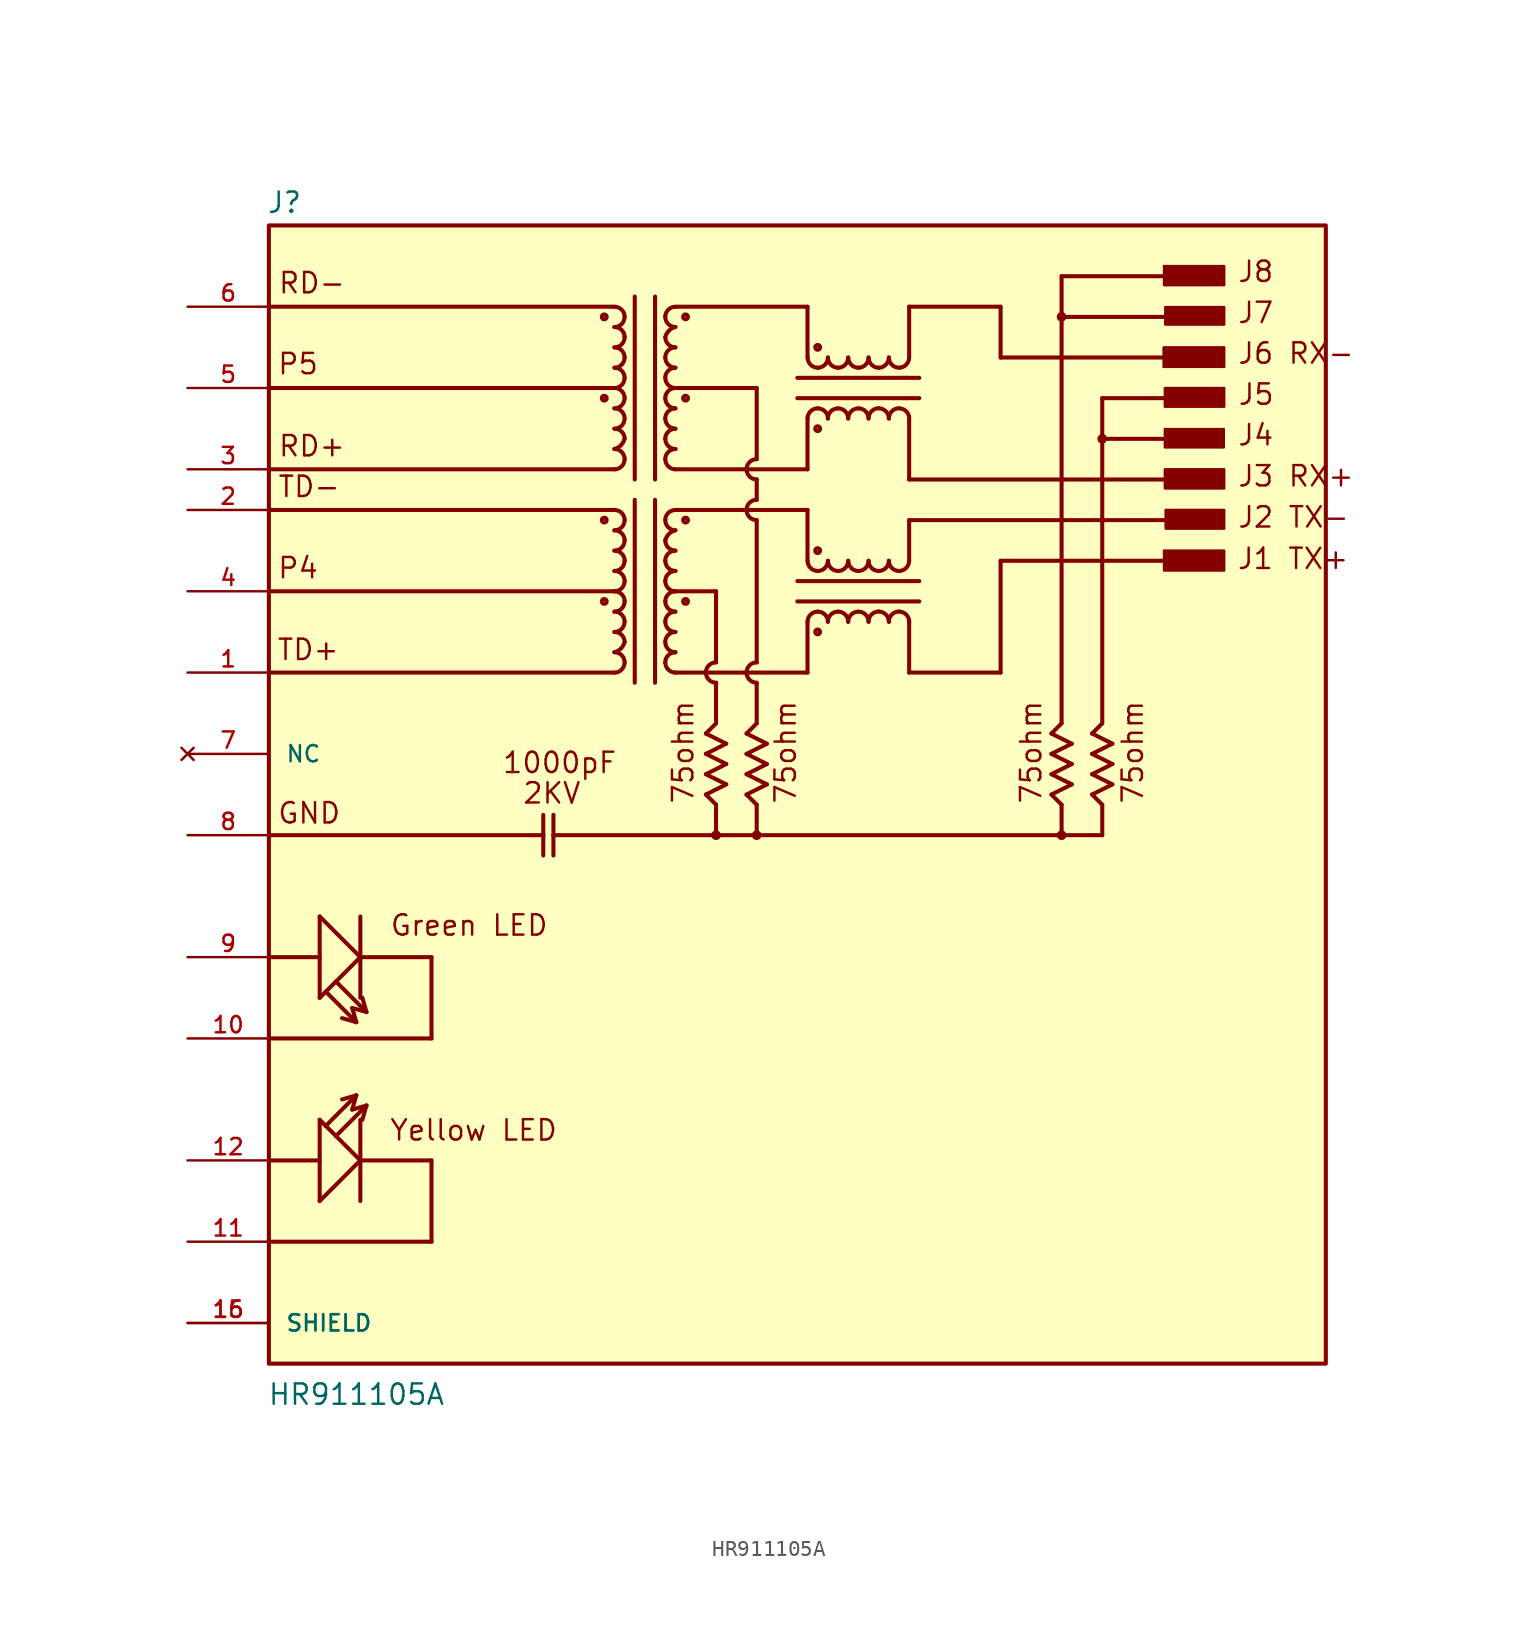
<source format=kicad_sym>
(kicad_symbol_lib
  (version 20211014)
  (generator kicad_symbol_editor)
  (symbol "HR911105A"
    (pin_names
      (offset 1.016))
    (property "Reference" "J"
      (at -33.172 36.246 0)
      (effects (font (size 1.27 1.27)) (justify left bottom)))
    (property "Value" "HR911105A"
      (at -33.122 -38.227 0)
      (effects (font (size 1.27 1.27)) (justify left bottom)))
    (property "ki_locked" ""
      (at 0 0 0)
      (effects (font (size 1.27 1.27))))
    (symbol "HR911105A_0_0"
      (rectangle (start -33.02 -35.56) (end 33.02 35.56) (stroke (width 0.254) (type default) (color 0 0 0 0)) (fill (type background)))
      (circle (center -12.065 12.065) (radius 0.152) (stroke (width 0.254) (type default) (color 0 0 0 0)) (fill (type none)))
      (circle (center -12.065 17.145) (radius 0.152) (stroke (width 0.254) (type default) (color 0 0 0 0)) (fill (type none)))
      (circle (center -12.065 24.765) (radius 0.152) (stroke (width 0.254) (type default) (color 0 0 0 0)) (fill (type none)))
      (circle (center -12.065 29.845) (radius 0.152) (stroke (width 0.254) (type default) (color 0 0 0 0)) (fill (type none)))
      (arc (start -11.43 7.62) (mid -10.981 7.806) (end -10.795 8.255) (stroke (width 0.254) (type default) (color 0 0 0 0)) (fill (type none)))
      (arc (start -11.43 8.89) (mid -11.0269 9.1219) (end -10.795 9.525) (stroke (width 0.254) (type default) (color 0 0 0 0)) (fill (type none)))
      (arc (start -11.43 10.16) (mid -10.981 10.346) (end -10.795 10.795) (stroke (width 0.254) (type default) (color 0 0 0 0)) (fill (type none)))
      (arc (start -11.43 11.43) (mid -10.981 11.616) (end -10.795 12.065) (stroke (width 0.254) (type default) (color 0 0 0 0)) (fill (type none)))
      (arc (start -11.43 12.7) (mid -10.981 12.886) (end -10.795 13.335) (stroke (width 0.254) (type default) (color 0 0 0 0)) (fill (type none)))
      (arc (start -11.43 13.97) (mid -10.981 14.156) (end -10.795 14.605) (stroke (width 0.254) (type default) (color 0 0 0 0)) (fill (type none)))
      (arc (start -11.43 15.24) (mid -10.981 15.426) (end -10.795 15.875) (stroke (width 0.254) (type default) (color 0 0 0 0)) (fill (type none)))
      (arc (start -11.43 16.51) (mid -10.981 16.696) (end -10.795 17.145) (stroke (width 0.254) (type default) (color 0 0 0 0)) (fill (type none)))
      (arc (start -11.43 20.32) (mid -10.981 20.506) (end -10.795 20.955) (stroke (width 0.254) (type default) (color 0 0 0 0)) (fill (type none)))
      (arc (start -11.43 21.59) (mid -11.0269 21.8219) (end -10.795 22.225) (stroke (width 0.254) (type default) (color 0 0 0 0)) (fill (type none)))
      (arc (start -11.43 22.86) (mid -10.981 23.046) (end -10.795 23.495) (stroke (width 0.254) (type default) (color 0 0 0 0)) (fill (type none)))
      (arc (start -11.43 24.13) (mid -10.981 24.316) (end -10.795 24.765) (stroke (width 0.254) (type default) (color 0 0 0 0)) (fill (type none)))
      (arc (start -11.43 25.4) (mid -10.981 25.586) (end -10.795 26.035) (stroke (width 0.254) (type default) (color 0 0 0 0)) (fill (type none)))
      (arc (start -11.43 26.67) (mid -10.981 26.856) (end -10.795 27.305) (stroke (width 0.254) (type default) (color 0 0 0 0)) (fill (type none)))
      (arc (start -11.43 27.94) (mid -10.981 28.126) (end -10.795 28.575) (stroke (width 0.254) (type default) (color 0 0 0 0)) (fill (type none)))
      (arc (start -11.43 29.21) (mid -10.981 29.396) (end -10.795 29.845) (stroke (width 0.254) (type default) (color 0 0 0 0)) (fill (type none)))
      (arc (start -10.795 8.255) (mid -10.981 8.704) (end -11.43 8.89) (stroke (width 0.254) (type default) (color 0 0 0 0)) (fill (type none)))
      (arc (start -10.795 9.525) (mid -10.981 9.974) (end -11.43 10.16) (stroke (width 0.254) (type default) (color 0 0 0 0)) (fill (type none)))
      (arc (start -10.795 10.795) (mid -10.981 11.244) (end -11.43 11.43) (stroke (width 0.254) (type default) (color 0 0 0 0)) (fill (type none)))
      (arc (start -10.795 12.065) (mid -10.981 12.514) (end -11.43 12.7) (stroke (width 0.254) (type default) (color 0 0 0 0)) (fill (type none)))
      (arc (start -10.795 13.335) (mid -10.981 13.784) (end -11.43 13.97) (stroke (width 0.254) (type default) (color 0 0 0 0)) (fill (type none)))
      (arc (start -10.795 14.605) (mid -10.981 15.054) (end -11.43 15.24) (stroke (width 0.254) (type default) (color 0 0 0 0)) (fill (type none)))
      (arc (start -10.795 15.875) (mid -10.981 16.324) (end -11.43 16.51) (stroke (width 0.254) (type default) (color 0 0 0 0)) (fill (type none)))
      (arc (start -10.795 17.145) (mid -10.981 17.594) (end -11.43 17.78) (stroke (width 0.254) (type default) (color 0 0 0 0)) (fill (type none)))
      (arc (start -10.795 20.955) (mid -10.981 21.404) (end -11.43 21.59) (stroke (width 0.254) (type default) (color 0 0 0 0)) (fill (type none)))
      (arc (start -10.795 22.225) (mid -10.981 22.674) (end -11.43 22.86) (stroke (width 0.254) (type default) (color 0 0 0 0)) (fill (type none)))
      (arc (start -10.795 23.495) (mid -10.981 23.944) (end -11.43 24.13) (stroke (width 0.254) (type default) (color 0 0 0 0)) (fill (type none)))
      (arc (start -10.795 24.765) (mid -10.981 25.214) (end -11.43 25.4) (stroke (width 0.254) (type default) (color 0 0 0 0)) (fill (type none)))
      (arc (start -10.795 26.035) (mid -10.981 26.484) (end -11.43 26.67) (stroke (width 0.254) (type default) (color 0 0 0 0)) (fill (type none)))
      (arc (start -10.795 27.305) (mid -10.981 27.754) (end -11.43 27.94) (stroke (width 0.254) (type default) (color 0 0 0 0)) (fill (type none)))
      (arc (start -10.795 28.575) (mid -10.981 29.024) (end -11.43 29.21) (stroke (width 0.254) (type default) (color 0 0 0 0)) (fill (type none)))
      (arc (start -10.795 29.845) (mid -10.981 30.294) (end -11.43 30.48) (stroke (width 0.254) (type default) (color 0 0 0 0)) (fill (type none)))
      (arc (start -8.255 8.255) (mid -8.069 7.806) (end -7.62 7.62) (stroke (width 0.254) (type default) (color 0 0 0 0)) (fill (type none)))
      (arc (start -8.255 9.525) (mid -8.069 9.076) (end -7.62 8.89) (stroke (width 0.254) (type default) (color 0 0 0 0)) (fill (type none)))
      (arc (start -8.255 10.795) (mid -8.069 10.346) (end -7.62 10.16) (stroke (width 0.254) (type default) (color 0 0 0 0)) (fill (type none)))
      (arc (start -8.255 12.065) (mid -8.069 11.616) (end -7.62 11.43) (stroke (width 0.254) (type default) (color 0 0 0 0)) (fill (type none)))
      (arc (start -8.255 13.335) (mid -8.069 12.886) (end -7.62 12.7) (stroke (width 0.254) (type default) (color 0 0 0 0)) (fill (type none)))
      (arc (start -8.255 14.605) (mid -8.069 14.156) (end -7.62 13.97) (stroke (width 0.254) (type default) (color 0 0 0 0)) (fill (type none)))
      (arc (start -8.255 15.875) (mid -8.069 15.426) (end -7.62 15.24) (stroke (width 0.254) (type default) (color 0 0 0 0)) (fill (type none)))
      (arc (start -8.255 17.145) (mid -8.069 16.696) (end -7.62 16.51) (stroke (width 0.254) (type default) (color 0 0 0 0)) (fill (type none)))
      (arc (start -8.255 20.955) (mid -8.069 20.506) (end -7.62 20.32) (stroke (width 0.254) (type default) (color 0 0 0 0)) (fill (type none)))
      (arc (start -8.255 22.225) (mid -8.069 21.776) (end -7.62 21.59) (stroke (width 0.254) (type default) (color 0 0 0 0)) (fill (type none)))
      (arc (start -8.255 23.495) (mid -8.069 23.046) (end -7.62 22.86) (stroke (width 0.254) (type default) (color 0 0 0 0)) (fill (type none)))
      (arc (start -8.255 24.765) (mid -8.069 24.316) (end -7.62 24.13) (stroke (width 0.254) (type default) (color 0 0 0 0)) (fill (type none)))
      (arc (start -8.255 26.035) (mid -8.069 25.586) (end -7.62 25.4) (stroke (width 0.254) (type default) (color 0 0 0 0)) (fill (type none)))
      (arc (start -8.255 27.305) (mid -8.069 26.856) (end -7.62 26.67) (stroke (width 0.254) (type default) (color 0 0 0 0)) (fill (type none)))
      (arc (start -8.255 28.575) (mid -8.069 28.126) (end -7.62 27.94) (stroke (width 0.254) (type default) (color 0 0 0 0)) (fill (type none)))
      (arc (start -8.255 29.845) (mid -8.069 29.396) (end -7.62 29.21) (stroke (width 0.254) (type default) (color 0 0 0 0)) (fill (type none)))
      (arc (start -7.62 8.89) (mid -8.069 8.704) (end -8.255 8.255) (stroke (width 0.254) (type default) (color 0 0 0 0)) (fill (type none)))
      (arc (start -7.62 10.16) (mid -8.069 9.974) (end -8.255 9.525) (stroke (width 0.254) (type default) (color 0 0 0 0)) (fill (type none)))
      (arc (start -7.62 11.43) (mid -8.069 11.244) (end -8.255 10.795) (stroke (width 0.254) (type default) (color 0 0 0 0)) (fill (type none)))
      (arc (start -7.62 12.7) (mid -8.069 12.514) (end -8.255 12.065) (stroke (width 0.254) (type default) (color 0 0 0 0)) (fill (type none)))
      (arc (start -7.62 13.97) (mid -8.069 13.784) (end -8.255 13.335) (stroke (width 0.254) (type default) (color 0 0 0 0)) (fill (type none)))
      (arc (start -7.62 15.24) (mid -8.069 15.054) (end -8.255 14.605) (stroke (width 0.254) (type default) (color 0 0 0 0)) (fill (type none)))
      (arc (start -7.62 16.51) (mid -8.0231 16.2781) (end -8.255 15.875) (stroke (width 0.254) (type default) (color 0 0 0 0)) (fill (type none)))
      (arc (start -7.62 17.78) (mid -8.069 17.594) (end -8.255 17.145) (stroke (width 0.254) (type default) (color 0 0 0 0)) (fill (type none)))
      (arc (start -7.62 21.59) (mid -8.069 21.404) (end -8.255 20.955) (stroke (width 0.254) (type default) (color 0 0 0 0)) (fill (type none)))
      (arc (start -7.62 22.86) (mid -8.069 22.674) (end -8.255 22.225) (stroke (width 0.254) (type default) (color 0 0 0 0)) (fill (type none)))
      (arc (start -7.62 24.13) (mid -8.069 23.944) (end -8.255 23.495) (stroke (width 0.254) (type default) (color 0 0 0 0)) (fill (type none)))
      (arc (start -7.62 25.4) (mid -8.069 25.214) (end -8.255 24.765) (stroke (width 0.254) (type default) (color 0 0 0 0)) (fill (type none)))
      (arc (start -7.62 26.67) (mid -8.069 26.484) (end -8.255 26.035) (stroke (width 0.254) (type default) (color 0 0 0 0)) (fill (type none)))
      (arc (start -7.62 27.94) (mid -8.069 27.754) (end -8.255 27.305) (stroke (width 0.254) (type default) (color 0 0 0 0)) (fill (type none)))
      (arc (start -7.62 29.21) (mid -8.0231 28.9781) (end -8.255 28.575) (stroke (width 0.254) (type default) (color 0 0 0 0)) (fill (type none)))
      (arc (start -7.62 30.48) (mid -8.069 30.294) (end -8.255 29.845) (stroke (width 0.254) (type default) (color 0 0 0 0)) (fill (type none)))
      (circle (center -6.985 12.065) (radius 0.152) (stroke (width 0.254) (type default) (color 0 0 0 0)) (fill (type none)))
      (circle (center -6.985 17.145) (radius 0.152) (stroke (width 0.254) (type default) (color 0 0 0 0)) (fill (type none)))
      (circle (center -6.985 24.765) (radius 0.152) (stroke (width 0.254) (type default) (color 0 0 0 0)) (fill (type none)))
      (circle (center -6.985 29.845) (radius 0.152) (stroke (width 0.254) (type default) (color 0 0 0 0)) (fill (type none)))
      (arc (start -5.715 7.62) (mid -5.529 7.171) (end -5.08 6.985) (stroke (width 0.254) (type default) (color 0 0 0 0)) (fill (type none)))
      (circle (center -5.08 -2.54) (radius 0.178) (stroke (width 0.254) (type default) (color 0 0 0 0)) (fill (type none)))
      (arc (start -5.08 8.255) (mid -5.529 8.069) (end -5.715 7.62) (stroke (width 0.254) (type default) (color 0 0 0 0)) (fill (type none)))
      (arc (start -3.175 7.62) (mid -2.989 7.171) (end -2.54 6.985) (stroke (width 0.254) (type default) (color 0 0 0 0)) (fill (type none)))
      (arc (start -3.175 17.78) (mid -2.989 17.331) (end -2.54 17.145) (stroke (width 0.254) (type default) (color 0 0 0 0)) (fill (type none)))
      (arc (start -3.175 20.32) (mid -2.989 19.871) (end -2.54 19.685) (stroke (width 0.254) (type default) (color 0 0 0 0)) (fill (type none)))
      (circle (center -2.54 -2.54) (radius 0.178) (stroke (width 0.254) (type default) (color 0 0 0 0)) (fill (type none)))
      (arc (start -2.54 8.255) (mid -2.989 8.069) (end -3.175 7.62) (stroke (width 0.254) (type default) (color 0 0 0 0)) (fill (type none)))
      (arc (start -2.54 18.415) (mid -2.989 18.229) (end -3.175 17.78) (stroke (width 0.254) (type default) (color 0 0 0 0)) (fill (type none)))
      (arc (start -2.54 20.955) (mid -2.989 20.769) (end -3.175 20.32) (stroke (width 0.254) (type default) (color 0 0 0 0)) (fill (type none)))
      (polyline (pts (xy -33.02 -27.94) (xy -22.86 -27.94)) (stroke (width 0.254) (type default) (color 0 0 0 0)) (fill (type none)))
      (polyline (pts (xy -33.02 -15.24) (xy -22.86 -15.24)) (stroke (width 0.254) (type default) (color 0 0 0 0)) (fill (type none)))
      (polyline (pts (xy -33.02 12.7) (xy -11.43 12.7)) (stroke (width 0.254) (type default) (color 0 0 0 0)) (fill (type none)))
      (polyline (pts (xy -33.02 20.32) (xy -11.43 20.32)) (stroke (width 0.254) (type default) (color 0 0 0 0)) (fill (type none)))
      (polyline (pts (xy -29.845 -25.4) (xy -27.305 -22.86)) (stroke (width 0.254) (type default) (color 0 0 0 0)) (fill (type none)))
      (polyline (pts (xy -29.845 -22.86) (xy -33.02 -22.86)) (stroke (width 0.254) (type default) (color 0 0 0 0)) (fill (type none)))
      (polyline (pts (xy -29.845 -22.86) (xy -29.845 -25.4)) (stroke (width 0.254) (type default) (color 0 0 0 0)) (fill (type none)))
      (polyline (pts (xy -29.845 -20.32) (xy -29.845 -22.86)) (stroke (width 0.254) (type default) (color 0 0 0 0)) (fill (type none)))
      (polyline (pts (xy -29.845 -12.7) (xy -29.845 -10.16)) (stroke (width 0.254) (type default) (color 0 0 0 0)) (fill (type none)))
      (polyline (pts (xy -29.845 -10.16) (xy -33.02 -10.16)) (stroke (width 0.254) (type default) (color 0 0 0 0)) (fill (type none)))
      (polyline (pts (xy -29.845 -10.16) (xy -29.845 -7.62)) (stroke (width 0.254) (type default) (color 0 0 0 0)) (fill (type none)))
      (polyline (pts (xy -29.845 -7.62) (xy -27.305 -10.16)) (stroke (width 0.254) (type default) (color 0 0 0 0)) (fill (type none)))
      (polyline (pts (xy -29.464 -20.701) (xy -29.845 -20.32)) (stroke (width 0.254) (type default) (color 0 0 0 0)) (fill (type none)))
      (polyline (pts (xy -29.464 -20.701) (xy -27.559 -18.796)) (stroke (width 0.254) (type default) (color 0 0 0 0)) (fill (type none)))
      (polyline (pts (xy -29.464 -12.319) (xy -29.845 -12.7)) (stroke (width 0.254) (type default) (color 0 0 0 0)) (fill (type none)))
      (polyline (pts (xy -29.464 -12.319) (xy -27.559 -14.224)) (stroke (width 0.254) (type default) (color 0 0 0 0)) (fill (type none)))
      (polyline (pts (xy -28.829 -21.336) (xy -29.464 -20.701)) (stroke (width 0.254) (type default) (color 0 0 0 0)) (fill (type none)))
      (polyline (pts (xy -28.829 -21.336) (xy -26.924 -19.431)) (stroke (width 0.254) (type default) (color 0 0 0 0)) (fill (type none)))
      (polyline (pts (xy -28.829 -11.684) (xy -29.464 -12.319)) (stroke (width 0.254) (type default) (color 0 0 0 0)) (fill (type none)))
      (polyline (pts (xy -28.829 -11.684) (xy -26.924 -13.589)) (stroke (width 0.254) (type default) (color 0 0 0 0)) (fill (type none)))
      (polyline (pts (xy -27.559 -18.796) (xy -28.448 -19.05)) (stroke (width 0.254) (type default) (color 0 0 0 0)) (fill (type none)))
      (polyline (pts (xy -27.559 -18.796) (xy -27.813 -19.685)) (stroke (width 0.254) (type default) (color 0 0 0 0)) (fill (type none)))
      (polyline (pts (xy -27.559 -14.224) (xy -28.448 -13.97)) (stroke (width 0.254) (type default) (color 0 0 0 0)) (fill (type none)))
      (polyline (pts (xy -27.559 -14.224) (xy -27.813 -13.335)) (stroke (width 0.254) (type default) (color 0 0 0 0)) (fill (type none)))
      (polyline (pts (xy -27.305 -22.86) (xy -28.829 -21.336)) (stroke (width 0.254) (type default) (color 0 0 0 0)) (fill (type none)))
      (polyline (pts (xy -27.305 -22.86) (xy -27.305 -25.4)) (stroke (width 0.254) (type default) (color 0 0 0 0)) (fill (type none)))
      (polyline (pts (xy -27.305 -22.86) (xy -22.86 -22.86)) (stroke (width 0.254) (type default) (color 0 0 0 0)) (fill (type none)))
      (polyline (pts (xy -27.305 -20.32) (xy -27.305 -22.86)) (stroke (width 0.254) (type default) (color 0 0 0 0)) (fill (type none)))
      (polyline (pts (xy -27.305 -12.7) (xy -27.305 -10.16)) (stroke (width 0.254) (type default) (color 0 0 0 0)) (fill (type none)))
      (polyline (pts (xy -27.305 -10.16) (xy -28.829 -11.684)) (stroke (width 0.254) (type default) (color 0 0 0 0)) (fill (type none)))
      (polyline (pts (xy -27.305 -10.16) (xy -27.305 -7.62)) (stroke (width 0.254) (type default) (color 0 0 0 0)) (fill (type none)))
      (polyline (pts (xy -27.305 -10.16) (xy -22.86 -10.16)) (stroke (width 0.254) (type default) (color 0 0 0 0)) (fill (type none)))
      (polyline (pts (xy -26.924 -19.431) (xy -27.813 -19.685)) (stroke (width 0.254) (type default) (color 0 0 0 0)) (fill (type none)))
      (polyline (pts (xy -26.924 -19.431) (xy -27.178 -20.32)) (stroke (width 0.254) (type default) (color 0 0 0 0)) (fill (type none)))
      (polyline (pts (xy -26.924 -13.589) (xy -27.813 -13.335)) (stroke (width 0.254) (type default) (color 0 0 0 0)) (fill (type none)))
      (polyline (pts (xy -26.924 -13.589) (xy -27.178 -12.7)) (stroke (width 0.254) (type default) (color 0 0 0 0)) (fill (type none)))
      (polyline (pts (xy -22.86 -27.94) (xy -22.86 -22.86)) (stroke (width 0.254) (type default) (color 0 0 0 0)) (fill (type none)))
      (polyline (pts (xy -22.86 -15.24) (xy -22.86 -10.16)) (stroke (width 0.254) (type default) (color 0 0 0 0)) (fill (type none)))
      (polyline (pts (xy -15.875 -2.54) (xy -33.02 -2.54)) (stroke (width 0.254) (type default) (color 0 0 0 0)) (fill (type none)))
      (polyline (pts (xy -15.875 -2.54) (xy -15.875 -3.81)) (stroke (width 0.254) (type default) (color 0 0 0 0)) (fill (type none)))
      (polyline (pts (xy -15.875 -1.27) (xy -15.875 -2.54)) (stroke (width 0.254) (type default) (color 0 0 0 0)) (fill (type none)))
      (polyline (pts (xy -15.24 -2.54) (xy -15.24 -3.81)) (stroke (width 0.254) (type default) (color 0 0 0 0)) (fill (type none)))
      (polyline (pts (xy -15.24 -2.54) (xy -15.24 -1.27)) (stroke (width 0.254) (type default) (color 0 0 0 0)) (fill (type none)))
      (polyline (pts (xy -11.43 7.62) (xy -33.02 7.62)) (stroke (width 0.254) (type default) (color 0 0 0 0)) (fill (type none)))
      (polyline (pts (xy -11.43 17.78) (xy -33.02 17.78)) (stroke (width 0.254) (type default) (color 0 0 0 0)) (fill (type none)))
      (polyline (pts (xy -11.43 25.4) (xy -33.02 25.4)) (stroke (width 0.254) (type default) (color 0 0 0 0)) (fill (type none)))
      (polyline (pts (xy -11.43 30.48) (xy -33.02 30.48)) (stroke (width 0.254) (type default) (color 0 0 0 0)) (fill (type none)))
      (polyline (pts (xy -10.16 18.415) (xy -10.16 6.985)) (stroke (width 0.254) (type default) (color 0 0 0 0)) (fill (type none)))
      (polyline (pts (xy -10.16 31.115) (xy -10.16 19.685)) (stroke (width 0.254) (type default) (color 0 0 0 0)) (fill (type none)))
      (polyline (pts (xy -8.89 18.415) (xy -8.89 6.985)) (stroke (width 0.254) (type default) (color 0 0 0 0)) (fill (type none)))
      (polyline (pts (xy -8.89 31.115) (xy -8.89 19.685)) (stroke (width 0.254) (type default) (color 0 0 0 0)) (fill (type none)))
      (polyline (pts (xy -7.62 7.62) (xy -5.715 7.62)) (stroke (width 0.254) (type default) (color 0 0 0 0)) (fill (type none)))
      (polyline (pts (xy -7.62 20.32) (xy -3.175 20.32)) (stroke (width 0.254) (type default) (color 0 0 0 0)) (fill (type none)))
      (polyline (pts (xy -7.62 25.4) (xy -2.54 25.4)) (stroke (width 0.254) (type default) (color 0 0 0 0)) (fill (type none)))
      (polyline (pts (xy -5.715 0) (xy -5.08 -0.635)) (stroke (width 0.254) (type default) (color 0 0 0 0)) (fill (type none)))
      (polyline (pts (xy -5.715 1.27) (xy -4.445 0.635)) (stroke (width 0.254) (type default) (color 0 0 0 0)) (fill (type none)))
      (polyline (pts (xy -5.715 2.54) (xy -4.445 1.905)) (stroke (width 0.254) (type default) (color 0 0 0 0)) (fill (type none)))
      (polyline (pts (xy -5.715 3.81) (xy -4.445 3.175)) (stroke (width 0.254) (type default) (color 0 0 0 0)) (fill (type none)))
      (polyline (pts (xy -5.715 7.62) (xy -3.175 7.62)) (stroke (width 0.254) (type default) (color 0 0 0 0)) (fill (type none)))
      (polyline (pts (xy -5.08 -2.54) (xy -15.24 -2.54)) (stroke (width 0.254) (type default) (color 0 0 0 0)) (fill (type none)))
      (polyline (pts (xy -5.08 -0.635) (xy -5.08 -2.54)) (stroke (width 0.254) (type default) (color 0 0 0 0)) (fill (type none)))
      (polyline (pts (xy -5.08 4.445) (xy -5.715 3.81)) (stroke (width 0.254) (type default) (color 0 0 0 0)) (fill (type none)))
      (polyline (pts (xy -5.08 6.985) (xy -5.08 4.445)) (stroke (width 0.254) (type default) (color 0 0 0 0)) (fill (type none)))
      (polyline (pts (xy -5.08 8.255) (xy -5.08 12.7)) (stroke (width 0.254) (type default) (color 0 0 0 0)) (fill (type none)))
      (polyline (pts (xy -5.08 12.7) (xy -7.62 12.7)) (stroke (width 0.254) (type default) (color 0 0 0 0)) (fill (type none)))
      (polyline (pts (xy -4.445 0.635) (xy -5.715 0)) (stroke (width 0.254) (type default) (color 0 0 0 0)) (fill (type none)))
      (polyline (pts (xy -4.445 1.905) (xy -5.715 1.27)) (stroke (width 0.254) (type default) (color 0 0 0 0)) (fill (type none)))
      (polyline (pts (xy -4.445 3.175) (xy -5.715 2.54)) (stroke (width 0.254) (type default) (color 0 0 0 0)) (fill (type none)))
      (polyline (pts (xy -3.175 0) (xy -2.54 -0.635)) (stroke (width 0.254) (type default) (color 0 0 0 0)) (fill (type none)))
      (polyline (pts (xy -3.175 1.27) (xy -1.905 0.635)) (stroke (width 0.254) (type default) (color 0 0 0 0)) (fill (type none)))
      (polyline (pts (xy -3.175 2.54) (xy -1.905 1.905)) (stroke (width 0.254) (type default) (color 0 0 0 0)) (fill (type none)))
      (polyline (pts (xy -3.175 3.81) (xy -1.905 3.175)) (stroke (width 0.254) (type default) (color 0 0 0 0)) (fill (type none)))
      (polyline (pts (xy -3.175 7.62) (xy 0.635 7.62)) (stroke (width 0.254) (type default) (color 0 0 0 0)) (fill (type none)))
      (polyline (pts (xy -3.175 17.78) (xy -7.62 17.78)) (stroke (width 0.254) (type default) (color 0 0 0 0)) (fill (type none)))
      (polyline (pts (xy -3.175 20.32) (xy 0.635 20.32)) (stroke (width 0.254) (type default) (color 0 0 0 0)) (fill (type none)))
      (polyline (pts (xy -2.54 -0.635) (xy -2.54 -2.54)) (stroke (width 0.254) (type default) (color 0 0 0 0)) (fill (type none)))
      (polyline (pts (xy -2.54 4.445) (xy -3.175 3.81)) (stroke (width 0.254) (type default) (color 0 0 0 0)) (fill (type none)))
      (polyline (pts (xy -2.54 6.985) (xy -2.54 4.445)) (stroke (width 0.254) (type default) (color 0 0 0 0)) (fill (type none)))
      (polyline (pts (xy -2.54 17.145) (xy -2.54 8.255)) (stroke (width 0.254) (type default) (color 0 0 0 0)) (fill (type none)))
      (polyline (pts (xy -2.54 19.685) (xy -2.54 18.415)) (stroke (width 0.254) (type default) (color 0 0 0 0)) (fill (type none)))
      (polyline (pts (xy -2.54 25.4) (xy -2.54 20.955)) (stroke (width 0.254) (type default) (color 0 0 0 0)) (fill (type none)))
      (polyline (pts (xy -1.905 0.635) (xy -3.175 0)) (stroke (width 0.254) (type default) (color 0 0 0 0)) (fill (type none)))
      (polyline (pts (xy -1.905 1.905) (xy -3.175 1.27)) (stroke (width 0.254) (type default) (color 0 0 0 0)) (fill (type none)))
      (polyline (pts (xy -1.905 3.175) (xy -3.175 2.54)) (stroke (width 0.254) (type default) (color 0 0 0 0)) (fill (type none)))
      (polyline (pts (xy 0 12.065) (xy 7.62 12.065)) (stroke (width 0.254) (type default) (color 0 0 0 0)) (fill (type none)))
      (polyline (pts (xy 0 13.335) (xy 7.62 13.335)) (stroke (width 0.254) (type default) (color 0 0 0 0)) (fill (type none)))
      (polyline (pts (xy 0 24.765) (xy 7.62 24.765)) (stroke (width 0.254) (type default) (color 0 0 0 0)) (fill (type none)))
      (polyline (pts (xy 0 26.035) (xy 7.62 26.035)) (stroke (width 0.254) (type default) (color 0 0 0 0)) (fill (type none)))
      (polyline (pts (xy 0.635 7.62) (xy 0.635 10.795)) (stroke (width 0.254) (type default) (color 0 0 0 0)) (fill (type none)))
      (polyline (pts (xy 0.635 14.605) (xy 0.635 17.78)) (stroke (width 0.254) (type default) (color 0 0 0 0)) (fill (type none)))
      (polyline (pts (xy 0.635 17.78) (xy -3.175 17.78)) (stroke (width 0.254) (type default) (color 0 0 0 0)) (fill (type none)))
      (polyline (pts (xy 0.635 20.32) (xy 0.635 23.495)) (stroke (width 0.254) (type default) (color 0 0 0 0)) (fill (type none)))
      (polyline (pts (xy 0.635 27.305) (xy 0.635 30.48)) (stroke (width 0.254) (type default) (color 0 0 0 0)) (fill (type none)))
      (polyline (pts (xy 0.635 30.48) (xy -7.62 30.48)) (stroke (width 0.254) (type default) (color 0 0 0 0)) (fill (type none)))
      (polyline (pts (xy 6.985 10.795) (xy 6.985 7.62)) (stroke (width 0.254) (type default) (color 0 0 0 0)) (fill (type none)))
      (polyline (pts (xy 6.985 17.145) (xy 6.985 14.605)) (stroke (width 0.254) (type default) (color 0 0 0 0)) (fill (type none)))
      (polyline (pts (xy 6.985 23.495) (xy 6.985 19.685)) (stroke (width 0.254) (type default) (color 0 0 0 0)) (fill (type none)))
      (polyline (pts (xy 6.985 30.48) (xy 6.985 27.305)) (stroke (width 0.254) (type default) (color 0 0 0 0)) (fill (type none)))
      (polyline (pts (xy 12.7 7.62) (xy 6.985 7.62)) (stroke (width 0.254) (type default) (color 0 0 0 0)) (fill (type none)))
      (polyline (pts (xy 12.7 14.605) (xy 12.7 7.62)) (stroke (width 0.254) (type default) (color 0 0 0 0)) (fill (type none)))
      (polyline (pts (xy 12.7 27.305) (xy 12.7 30.48)) (stroke (width 0.254) (type default) (color 0 0 0 0)) (fill (type none)))
      (polyline (pts (xy 12.7 30.48) (xy 6.985 30.48)) (stroke (width 0.254) (type default) (color 0 0 0 0)) (fill (type none)))
      (polyline (pts (xy 15.875 0) (xy 16.51 -0.635)) (stroke (width 0.254) (type default) (color 0 0 0 0)) (fill (type none)))
      (polyline (pts (xy 15.875 1.27) (xy 17.145 0.635)) (stroke (width 0.254) (type default) (color 0 0 0 0)) (fill (type none)))
      (polyline (pts (xy 15.875 2.54) (xy 17.145 1.905)) (stroke (width 0.254) (type default) (color 0 0 0 0)) (fill (type none)))
      (polyline (pts (xy 15.875 3.81) (xy 17.145 3.175)) (stroke (width 0.254) (type default) (color 0 0 0 0)) (fill (type none)))
      (polyline (pts (xy 16.51 -0.635) (xy 16.51 -2.54)) (stroke (width 0.254) (type default) (color 0 0 0 0)) (fill (type none)))
      (polyline (pts (xy 16.51 4.445) (xy 15.875 3.81)) (stroke (width 0.254) (type default) (color 0 0 0 0)) (fill (type none)))
      (polyline (pts (xy 16.51 29.845) (xy 16.51 4.445)) (stroke (width 0.254) (type default) (color 0 0 0 0)) (fill (type none)))
      (polyline (pts (xy 16.51 29.845) (xy 23.495 29.845)) (stroke (width 0.254) (type default) (color 0 0 0 0)) (fill (type none)))
      (polyline (pts (xy 16.51 32.385) (xy 16.51 29.845)) (stroke (width 0.254) (type default) (color 0 0 0 0)) (fill (type none)))
      (polyline (pts (xy 17.145 0.635) (xy 15.875 0)) (stroke (width 0.254) (type default) (color 0 0 0 0)) (fill (type none)))
      (polyline (pts (xy 17.145 1.905) (xy 15.875 1.27)) (stroke (width 0.254) (type default) (color 0 0 0 0)) (fill (type none)))
      (polyline (pts (xy 17.145 3.175) (xy 15.875 2.54)) (stroke (width 0.254) (type default) (color 0 0 0 0)) (fill (type none)))
      (polyline (pts (xy 18.415 0) (xy 19.05 -0.635)) (stroke (width 0.254) (type default) (color 0 0 0 0)) (fill (type none)))
      (polyline (pts (xy 18.415 1.27) (xy 19.685 0.635)) (stroke (width 0.254) (type default) (color 0 0 0 0)) (fill (type none)))
      (polyline (pts (xy 18.415 2.54) (xy 19.685 1.905)) (stroke (width 0.254) (type default) (color 0 0 0 0)) (fill (type none)))
      (polyline (pts (xy 18.415 3.81) (xy 19.685 3.175)) (stroke (width 0.254) (type default) (color 0 0 0 0)) (fill (type none)))
      (polyline (pts (xy 19.05 -2.54) (xy -5.08 -2.54)) (stroke (width 0.254) (type default) (color 0 0 0 0)) (fill (type none)))
      (polyline (pts (xy 19.05 -0.635) (xy 19.05 -2.54)) (stroke (width 0.254) (type default) (color 0 0 0 0)) (fill (type none)))
      (polyline (pts (xy 19.05 4.445) (xy 18.415 3.81)) (stroke (width 0.254) (type default) (color 0 0 0 0)) (fill (type none)))
      (polyline (pts (xy 19.05 22.225) (xy 19.05 4.445)) (stroke (width 0.254) (type default) (color 0 0 0 0)) (fill (type none)))
      (polyline (pts (xy 19.05 22.225) (xy 23.495 22.225)) (stroke (width 0.254) (type default) (color 0 0 0 0)) (fill (type none)))
      (polyline (pts (xy 19.05 24.765) (xy 19.05 22.225)) (stroke (width 0.254) (type default) (color 0 0 0 0)) (fill (type none)))
      (polyline (pts (xy 19.685 0.635) (xy 18.415 0)) (stroke (width 0.254) (type default) (color 0 0 0 0)) (fill (type none)))
      (polyline (pts (xy 19.685 1.905) (xy 18.415 1.27)) (stroke (width 0.254) (type default) (color 0 0 0 0)) (fill (type none)))
      (polyline (pts (xy 19.685 3.175) (xy 18.415 2.54)) (stroke (width 0.254) (type default) (color 0 0 0 0)) (fill (type none)))
      (polyline (pts (xy 23.495 14.605) (xy 12.7 14.605)) (stroke (width 0.254) (type default) (color 0 0 0 0)) (fill (type none)))
      (polyline (pts (xy 23.495 17.145) (xy 6.985 17.145)) (stroke (width 0.254) (type default) (color 0 0 0 0)) (fill (type none)))
      (polyline (pts (xy 23.495 19.685) (xy 6.985 19.685)) (stroke (width 0.254) (type default) (color 0 0 0 0)) (fill (type none)))
      (polyline (pts (xy 23.495 24.765) (xy 19.05 24.765)) (stroke (width 0.254) (type default) (color 0 0 0 0)) (fill (type none)))
      (polyline (pts (xy 23.495 27.305) (xy 12.7 27.305)) (stroke (width 0.254) (type default) (color 0 0 0 0)) (fill (type none)))
      (polyline (pts (xy 23.495 32.385) (xy 16.51 32.385)) (stroke (width 0.254) (type default) (color 0 0 0 0)) (fill (type none)))
      (arc (start 0.635 14.605) (mid 0.821 14.156) (end 1.27 13.97) (stroke (width 0.254) (type default) (color 0 0 0 0)) (fill (type none)))
      (arc (start 0.635 27.305) (mid 0.821 26.856) (end 1.27 26.67) (stroke (width 0.254) (type default) (color 0 0 0 0)) (fill (type none)))
      (circle (center 1.27 10.16) (radius 0.152) (stroke (width 0.254) (type default) (color 0 0 0 0)) (fill (type none)))
      (arc (start 1.27 11.43) (mid 0.821 11.244) (end 0.635 10.795) (stroke (width 0.254) (type default) (color 0 0 0 0)) (fill (type none)))
      (arc (start 1.27 13.97) (mid 1.719 14.156) (end 1.905 14.605) (stroke (width 0.254) (type default) (color 0 0 0 0)) (fill (type none)))
      (circle (center 1.27 15.24) (radius 0.152) (stroke (width 0.254) (type default) (color 0 0 0 0)) (fill (type none)))
      (circle (center 1.27 22.86) (radius 0.152) (stroke (width 0.254) (type default) (color 0 0 0 0)) (fill (type none)))
      (arc (start 1.27 24.13) (mid 0.821 23.944) (end 0.635 23.495) (stroke (width 0.254) (type default) (color 0 0 0 0)) (fill (type none)))
      (arc (start 1.27 26.67) (mid 1.719 26.856) (end 1.905 27.305) (stroke (width 0.254) (type default) (color 0 0 0 0)) (fill (type none)))
      (circle (center 1.27 27.94) (radius 0.152) (stroke (width 0.254) (type default) (color 0 0 0 0)) (fill (type none)))
      (arc (start 1.905 10.795) (mid 1.719 11.244) (end 1.27 11.43) (stroke (width 0.254) (type default) (color 0 0 0 0)) (fill (type none)))
      (arc (start 1.905 14.605) (mid 2.091 14.156) (end 2.54 13.97) (stroke (width 0.254) (type default) (color 0 0 0 0)) (fill (type none)))
      (arc (start 1.905 23.495) (mid 1.719 23.944) (end 1.27 24.13) (stroke (width 0.254) (type default) (color 0 0 0 0)) (fill (type none)))
      (arc (start 1.905 27.305) (mid 2.091 26.856) (end 2.54 26.67) (stroke (width 0.254) (type default) (color 0 0 0 0)) (fill (type none)))
      (arc (start 2.54 11.43) (mid 2.091 11.244) (end 1.905 10.795) (stroke (width 0.254) (type default) (color 0 0 0 0)) (fill (type none)))
      (arc (start 2.54 13.97) (mid 2.989 14.156) (end 3.175 14.605) (stroke (width 0.254) (type default) (color 0 0 0 0)) (fill (type none)))
      (arc (start 2.54 24.13) (mid 2.091 23.944) (end 1.905 23.495) (stroke (width 0.254) (type default) (color 0 0 0 0)) (fill (type none)))
      (arc (start 2.54 26.67) (mid 2.989 26.856) (end 3.175 27.305) (stroke (width 0.254) (type default) (color 0 0 0 0)) (fill (type none)))
      (arc (start 3.175 10.795) (mid 2.989 11.244) (end 2.54 11.43) (stroke (width 0.254) (type default) (color 0 0 0 0)) (fill (type none)))
      (arc (start 3.175 14.605) (mid 3.361 14.156) (end 3.81 13.97) (stroke (width 0.254) (type default) (color 0 0 0 0)) (fill (type none)))
      (arc (start 3.175 23.495) (mid 2.989 23.944) (end 2.54 24.13) (stroke (width 0.254) (type default) (color 0 0 0 0)) (fill (type none)))
      (arc (start 3.175 27.305) (mid 3.361 26.856) (end 3.81 26.67) (stroke (width 0.254) (type default) (color 0 0 0 0)) (fill (type none)))
      (arc (start 3.81 11.43) (mid 3.361 11.244) (end 3.175 10.795) (stroke (width 0.254) (type default) (color 0 0 0 0)) (fill (type none)))
      (arc (start 3.81 13.97) (mid 4.259 14.156) (end 4.445 14.605) (stroke (width 0.254) (type default) (color 0 0 0 0)) (fill (type none)))
      (arc (start 3.81 24.13) (mid 3.361 23.944) (end 3.175 23.495) (stroke (width 0.254) (type default) (color 0 0 0 0)) (fill (type none)))
      (arc (start 3.81 26.67) (mid 4.259 26.856) (end 4.445 27.305) (stroke (width 0.254) (type default) (color 0 0 0 0)) (fill (type none)))
      (arc (start 4.445 10.795) (mid 4.259 11.244) (end 3.81 11.43) (stroke (width 0.254) (type default) (color 0 0 0 0)) (fill (type none)))
      (arc (start 4.445 14.605) (mid 4.631 14.156) (end 5.08 13.97) (stroke (width 0.254) (type default) (color 0 0 0 0)) (fill (type none)))
      (arc (start 4.445 23.495) (mid 4.259 23.944) (end 3.81 24.13) (stroke (width 0.254) (type default) (color 0 0 0 0)) (fill (type none)))
      (arc (start 4.445 27.305) (mid 4.631 26.856) (end 5.08 26.67) (stroke (width 0.254) (type default) (color 0 0 0 0)) (fill (type none)))
      (arc (start 5.08 11.43) (mid 4.631 11.244) (end 4.445 10.795) (stroke (width 0.254) (type default) (color 0 0 0 0)) (fill (type none)))
      (arc (start 5.08 13.97) (mid 5.529 14.156) (end 5.715 14.605) (stroke (width 0.254) (type default) (color 0 0 0 0)) (fill (type none)))
      (arc (start 5.08 24.13) (mid 4.631 23.944) (end 4.445 23.495) (stroke (width 0.254) (type default) (color 0 0 0 0)) (fill (type none)))
      (arc (start 5.08 26.67) (mid 5.529 26.856) (end 5.715 27.305) (stroke (width 0.254) (type default) (color 0 0 0 0)) (fill (type none)))
      (arc (start 5.715 10.795) (mid 5.529 11.244) (end 5.08 11.43) (stroke (width 0.254) (type default) (color 0 0 0 0)) (fill (type none)))
      (arc (start 5.715 14.605) (mid 5.901 14.156) (end 6.35 13.97) (stroke (width 0.254) (type default) (color 0 0 0 0)) (fill (type none)))
      (arc (start 5.715 23.495) (mid 5.529 23.944) (end 5.08 24.13) (stroke (width 0.254) (type default) (color 0 0 0 0)) (fill (type none)))
      (arc (start 5.715 27.305) (mid 5.901 26.856) (end 6.35 26.67) (stroke (width 0.254) (type default) (color 0 0 0 0)) (fill (type none)))
      (arc (start 6.35 11.43) (mid 5.901 11.244) (end 5.715 10.795) (stroke (width 0.254) (type default) (color 0 0 0 0)) (fill (type none)))
      (arc (start 6.35 13.97) (mid 6.799 14.156) (end 6.985 14.605) (stroke (width 0.254) (type default) (color 0 0 0 0)) (fill (type none)))
      (arc (start 6.35 24.13) (mid 5.901 23.944) (end 5.715 23.495) (stroke (width 0.254) (type default) (color 0 0 0 0)) (fill (type none)))
      (arc (start 6.35 26.67) (mid 6.799 26.856) (end 6.985 27.305) (stroke (width 0.254) (type default) (color 0 0 0 0)) (fill (type none)))
      (arc (start 6.985 10.795) (mid 6.799 11.244) (end 6.35 11.43) (stroke (width 0.254) (type default) (color 0 0 0 0)) (fill (type none)))
      (arc (start 6.985 23.495) (mid 6.799 23.944) (end 6.35 24.13) (stroke (width 0.254) (type default) (color 0 0 0 0)) (fill (type none)))
      (circle (center 16.51 -2.54) (radius 0.178) (stroke (width 0.254) (type default) (color 0 0 0 0)) (fill (type none)))
      (circle (center 16.51 29.845) (radius 0.178) (stroke (width 0.254) (type default) (color 0 0 0 0)) (fill (type none)))
      (circle (center 19.05 22.225) (radius 0.178) (stroke (width 0.254) (type default) (color 0 0 0 0)) (fill (type none)))
      (rectangle (start 22.885 26.721) (end 26.67 27.94) (stroke (width 0) (type default) (color 0 0 0 0)) (fill (type outline)))
      (rectangle (start 22.911 13.995) (end 26.67 15.24) (stroke (width 0) (type default) (color 0 0 0 0)) (fill (type outline)))
      (rectangle (start 22.911 31.826) (end 26.67 33.02) (stroke (width 0) (type default) (color 0 0 0 0)) (fill (type outline)))
      (rectangle (start 22.962 19.126) (end 26.67 20.32) (stroke (width 0) (type default) (color 0 0 0 0)) (fill (type outline)))
      (rectangle (start 22.962 21.692) (end 26.645 22.835) (stroke (width 0) (type default) (color 0 0 0 0)) (fill (type outline)))
      (rectangle (start 22.962 24.232) (end 26.67 25.4) (stroke (width 0) (type default) (color 0 0 0 0)) (fill (type outline)))
      (rectangle (start 22.987 29.362) (end 26.67 30.455) (stroke (width 0) (type default) (color 0 0 0 0)) (fill (type outline)))
      (rectangle (start 23.012 16.612) (end 26.67 17.78) (stroke (width 0) (type default) (color 0 0 0 0)) (fill (type outline)))
      (text "1000pF" (at -18.491 1.245 0) (effects (font (size 1.27 1.27)) (justify left bottom)))
      (text "2KV" (at -17.221 -0.66 0) (effects (font (size 1.27 1.27)) (justify left bottom)))
      (text "75ohm" (at -6.401 -0.66 900) (effects (font (size 1.27 1.27)) (justify left bottom)))
      (text "75ohm" (at 0 -0.66 900) (effects (font (size 1.27 1.27)) (justify left bottom)))
      (text "75ohm" (at 15.342 -0.66 900) (effects (font (size 1.27 1.27)) (justify left bottom)))
      (text "75ohm" (at 21.692 -0.66 900) (effects (font (size 1.27 1.27)) (justify left bottom)))
      (text "GND" (at -32.537 -1.905 0) (effects (font (size 1.27 1.27)) (justify left bottom)))
      (text "Green LED" (at -25.502 -8.915 0) (effects (font (size 1.27 1.27)) (justify left bottom)))
      (text "J1 TX+" (at 27.432 13.995 0) (effects (font (size 1.27 1.27)) (justify left bottom)))
      (text "J2 TX-" (at 27.457 16.586 0) (effects (font (size 1.27 1.27)) (justify left bottom)))
      (text "J3 RX+" (at 27.457 19.152 0) (effects (font (size 1.27 1.27)) (justify left bottom)))
      (text "J4" (at 27.457 21.717 0) (effects (font (size 1.27 1.27)) (justify left bottom)))
      (text "J5" (at 27.483 24.257 0) (effects (font (size 1.27 1.27)) (justify left bottom)))
      (text "J6 RX-" (at 27.457 26.822 0) (effects (font (size 1.27 1.27)) (justify left bottom)))
      (text "J7" (at 27.457 29.362 0) (effects (font (size 1.27 1.27)) (justify left bottom)))
      (text "J8" (at 27.457 31.928 0) (effects (font (size 1.27 1.27)) (justify left bottom)))
      (text "P4" (at -32.537 13.411 0) (effects (font (size 1.27 1.27)) (justify left bottom)))
      (text "P5" (at -32.537 26.162 0) (effects (font (size 1.27 1.27)) (justify left bottom)))
      (text "RD+" (at -32.487 21.031 0) (effects (font (size 1.27 1.27)) (justify left bottom)))
      (text "RD-" (at -32.487 31.217 0) (effects (font (size 1.27 1.27)) (justify left bottom)))
      (text "TD+" (at -32.563 8.306 0) (effects (font (size 1.27 1.27)) (justify left bottom)))
      (text "TD-" (at -32.512 18.491 0) (effects (font (size 1.27 1.27)) (justify left bottom)))
      (text "Yellow LED" (at -25.527 -21.717 0) (effects (font (size 1.27 1.27)) (justify left bottom)))
      (pin passive line (at -38.1 7.62 0) (length 5.08) (name "~" (effects (font (size 1.016 1.016)))) (number "1" (effects (font (size 1.016 1.016)))))
      (pin passive line (at -38.1 -15.24 0) (length 5.08) (name "~" (effects (font (size 1.016 1.016)))) (number "10" (effects (font (size 1.016 1.016)))))
      (pin passive line (at -38.1 -27.94 0) (length 5.08) (name "~" (effects (font (size 1.016 1.016)))) (number "11" (effects (font (size 1.016 1.016)))))
      (pin passive line (at -38.1 -22.86 0) (length 5.08) (name "~" (effects (font (size 1.016 1.016)))) (number "12" (effects (font (size 1.016 1.016)))))
      (pin passive line (at -38.1 -33.02 0) (length 5.08) (name "SHIELD" (effects (font (size 1.016 1.016)))) (number "15" (effects (font (size 1.016 1.016)))))
      (pin passive line (at -38.1 -33.02 0) (length 5.08) (name "SHIELD" (effects (font (size 1.016 1.016)))) (number "16" (effects (font (size 1.016 1.016)))))
      (pin passive line (at -38.1 17.78 0) (length 5.08) (name "~" (effects (font (size 1.016 1.016)))) (number "2" (effects (font (size 1.016 1.016)))))
      (pin passive line (at -38.1 20.32 0) (length 5.08) (name "~" (effects (font (size 1.016 1.016)))) (number "3" (effects (font (size 1.016 1.016)))))
      (pin passive line (at -38.1 12.7 0) (length 5.08) (name "~" (effects (font (size 1.016 1.016)))) (number "4" (effects (font (size 1.016 1.016)))))
      (pin passive line (at -38.1 25.4 0) (length 5.08) (name "~" (effects (font (size 1.016 1.016)))) (number "5" (effects (font (size 1.016 1.016)))))
      (pin passive line (at -38.1 30.48 0) (length 5.08) (name "~" (effects (font (size 1.016 1.016)))) (number "6" (effects (font (size 1.016 1.016)))))
      (pin no_connect line (at -38.1 2.54 0) (length 5.08) (name "NC" (effects (font (size 1.016 1.016)))) (number "7" (effects (font (size 1.016 1.016)))))
      (pin power_in line (at -38.1 -2.54 0) (length 5.08) (name "~" (effects (font (size 1.016 1.016)))) (number "8" (effects (font (size 1.016 1.016)))))
      (pin passive line (at -38.1 -10.16 0) (length 5.08) (name "~" (effects (font (size 1.016 1.016)))) (number "9" (effects (font (size 1.016 1.016))))))))
</source>
